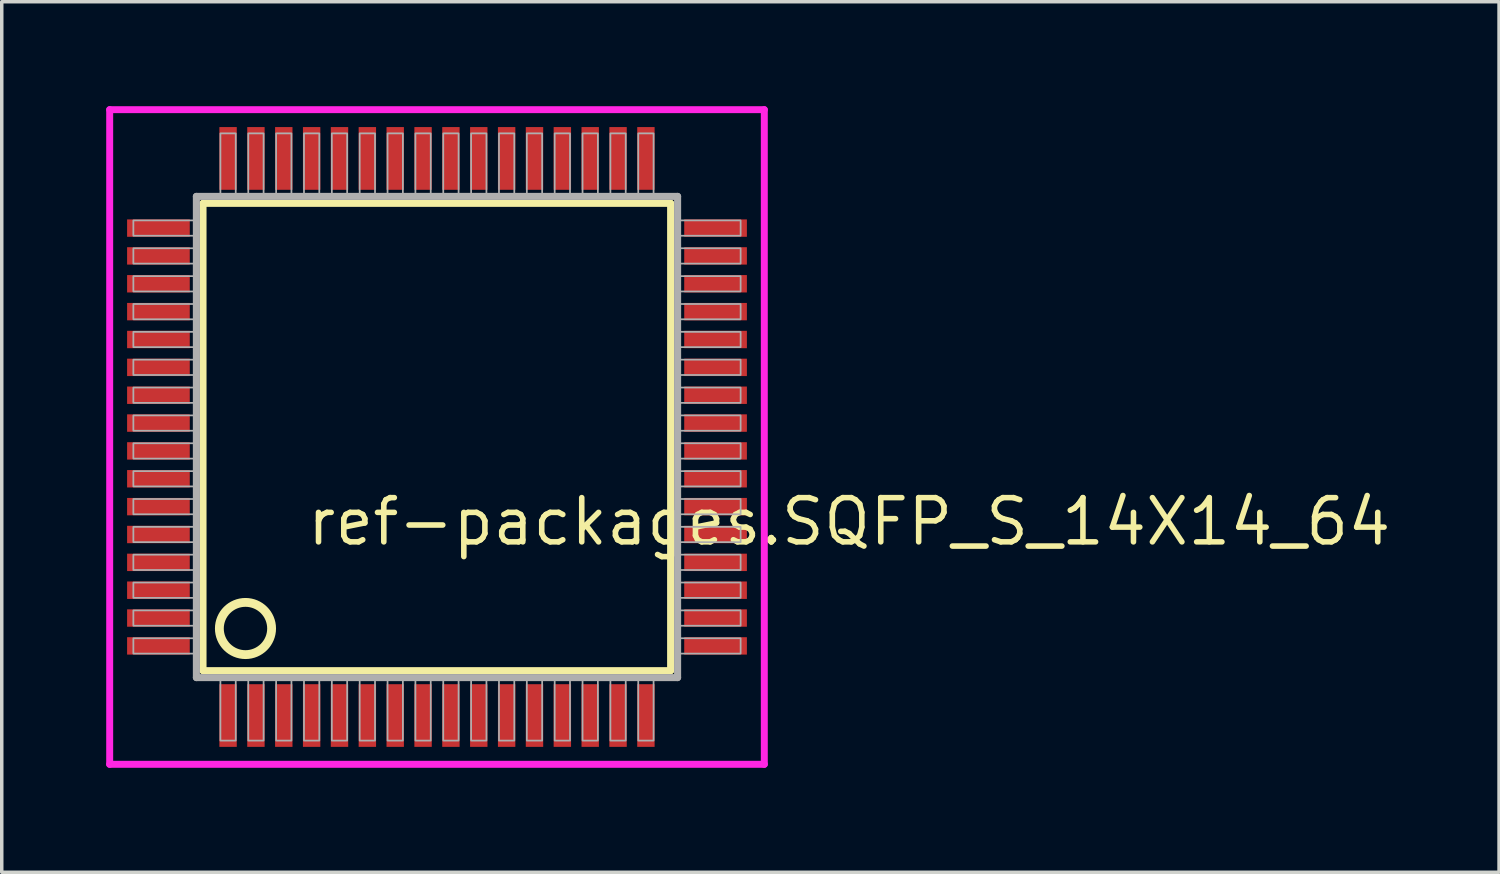
<source format=kicad_pcb>
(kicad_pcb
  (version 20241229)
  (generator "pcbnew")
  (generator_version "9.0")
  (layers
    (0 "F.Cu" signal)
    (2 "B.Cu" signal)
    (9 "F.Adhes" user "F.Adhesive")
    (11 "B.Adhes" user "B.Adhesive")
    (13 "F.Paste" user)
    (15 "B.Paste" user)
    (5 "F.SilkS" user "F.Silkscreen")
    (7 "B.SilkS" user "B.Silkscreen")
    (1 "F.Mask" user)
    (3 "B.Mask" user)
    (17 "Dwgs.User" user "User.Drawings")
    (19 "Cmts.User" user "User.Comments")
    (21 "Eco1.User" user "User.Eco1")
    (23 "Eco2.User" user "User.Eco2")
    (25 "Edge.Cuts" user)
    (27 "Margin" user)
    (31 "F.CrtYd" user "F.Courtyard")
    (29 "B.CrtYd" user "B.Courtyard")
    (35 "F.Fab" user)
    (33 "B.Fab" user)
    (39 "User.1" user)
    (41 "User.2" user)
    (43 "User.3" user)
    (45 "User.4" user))
  (footprint "ref-packages.SQFP_S_14X14_64"
    (layer "F.Cu")
    (at 9.5 9.5)
    (property "Reference" "ref-packages.SQFP_S_14X14_64" (at -3.81 3.175 0) (layer "F.SilkS") (effects (font (size 1.27 1.27) (thickness 0.16)) (justify left bottom)))
    (attr smd)
    (fp_line (start -6.72 -6.71) (end 6.71 -6.71) (stroke (width 0.203) (type default)) (layer "F.SilkS"))
    (fp_line (start -6.72 6.71) (end -6.72 -6.71) (stroke (width 0.203) (type default)) (layer "F.SilkS"))
    (fp_line (start 6.71 -6.71) (end 6.71 6.71) (stroke (width 0.203) (type default)) (layer "F.SilkS"))
    (fp_line (start 6.71 6.71) (end -6.72 6.71) (stroke (width 0.203) (type default)) (layer "F.SilkS"))
    (fp_circle (center -5.5 5.5) (end -4.75 5.5) (stroke (width 0.254) (type default)) (fill no) (layer "F.SilkS"))
    (fp_line (start -9.4 -9.4) (end 9.4 -9.4) (stroke (width 0.2) (type default)) (layer "F.CrtYd"))
    (fp_line (start -9.4 9.4) (end -9.4 -9.4) (stroke (width 0.2) (type default)) (layer "F.CrtYd"))
    (fp_line (start 9.4 -9.4) (end 9.4 9.4) (stroke (width 0.2) (type default)) (layer "F.CrtYd"))
    (fp_line (start 9.4 9.4) (end -9.4 9.4) (stroke (width 0.2) (type default)) (layer "F.CrtYd"))
    (fp_line (start -6.91 -6.91) (end -6.91 6.91) (stroke (width 0.203) (type default)) (layer "F.Fab"))
    (fp_line (start -6.91 6.91) (end 6.91 6.91) (stroke (width 0.203) (type default)) (layer "F.Fab"))
    (fp_line (start 6.91 -6.91) (end -6.91 -6.91) (stroke (width 0.203) (type default)) (layer "F.Fab"))
    (fp_line (start 6.91 6.91) (end 6.91 -6.91) (stroke (width 0.203) (type default)) (layer "F.Fab"))
    (fp_rect (start -8.72 -5.78) (end -6.95 -6.22) (stroke (width 0.05) (type default)) (fill no) (layer "F.Fab"))
    (fp_rect (start -8.72 -4.98) (end -6.95 -5.42) (stroke (width 0.05) (type default)) (fill no) (layer "F.Fab"))
    (fp_rect (start -8.72 -4.18) (end -6.95 -4.62) (stroke (width 0.05) (type default)) (fill no) (layer "F.Fab"))
    (fp_rect (start -8.72 -3.38) (end -6.95 -3.82) (stroke (width 0.05) (type default)) (fill no) (layer "F.Fab"))
    (fp_rect (start -8.72 -2.58) (end -6.95 -3.02) (stroke (width 0.05) (type default)) (fill no) (layer "F.Fab"))
    (fp_rect (start -8.72 -1.78) (end -6.95 -2.22) (stroke (width 0.05) (type default)) (fill no) (layer "F.Fab"))
    (fp_rect (start -8.72 -0.98) (end -6.95 -1.42) (stroke (width 0.05) (type default)) (fill no) (layer "F.Fab"))
    (fp_rect (start -8.72 -0.18) (end -6.95 -0.62) (stroke (width 0.05) (type default)) (fill no) (layer "F.Fab"))
    (fp_rect (start -8.72 0.62) (end -6.95 0.18) (stroke (width 0.05) (type default)) (fill no) (layer "F.Fab"))
    (fp_rect (start -8.72 1.42) (end -6.95 0.98) (stroke (width 0.05) (type default)) (fill no) (layer "F.Fab"))
    (fp_rect (start -8.72 2.22) (end -6.95 1.78) (stroke (width 0.05) (type default)) (fill no) (layer "F.Fab"))
    (fp_rect (start -8.72 3.02) (end -6.95 2.58) (stroke (width 0.05) (type default)) (fill no) (layer "F.Fab"))
    (fp_rect (start -8.72 3.82) (end -6.95 3.38) (stroke (width 0.05) (type default)) (fill no) (layer "F.Fab"))
    (fp_rect (start -8.72 4.62) (end -6.95 4.18) (stroke (width 0.05) (type default)) (fill no) (layer "F.Fab"))
    (fp_rect (start -8.72 5.42) (end -6.95 4.98) (stroke (width 0.05) (type default)) (fill no) (layer "F.Fab"))
    (fp_rect (start -8.72 6.22) (end -6.95 5.78) (stroke (width 0.05) (type default)) (fill no) (layer "F.Fab"))
    (fp_rect (start -6.22 -6.95) (end -5.78 -8.72) (stroke (width 0.05) (type default)) (fill no) (layer "F.Fab"))
    (fp_rect (start -6.22 8.72) (end -5.78 6.95) (stroke (width 0.05) (type default)) (fill no) (layer "F.Fab"))
    (fp_rect (start -5.42 -6.95) (end -4.98 -8.72) (stroke (width 0.05) (type default)) (fill no) (layer "F.Fab"))
    (fp_rect (start -5.42 8.72) (end -4.98 6.95) (stroke (width 0.05) (type default)) (fill no) (layer "F.Fab"))
    (fp_rect (start -4.62 -6.95) (end -4.18 -8.72) (stroke (width 0.05) (type default)) (fill no) (layer "F.Fab"))
    (fp_rect (start -4.62 8.72) (end -4.18 6.95) (stroke (width 0.05) (type default)) (fill no) (layer "F.Fab"))
    (fp_rect (start -3.82 -6.95) (end -3.38 -8.72) (stroke (width 0.05) (type default)) (fill no) (layer "F.Fab"))
    (fp_rect (start -3.82 8.72) (end -3.38 6.95) (stroke (width 0.05) (type default)) (fill no) (layer "F.Fab"))
    (fp_rect (start -3.02 -6.95) (end -2.58 -8.72) (stroke (width 0.05) (type default)) (fill no) (layer "F.Fab"))
    (fp_rect (start -3.02 8.72) (end -2.58 6.95) (stroke (width 0.05) (type default)) (fill no) (layer "F.Fab"))
    (fp_rect (start -2.22 -6.95) (end -1.78 -8.72) (stroke (width 0.05) (type default)) (fill no) (layer "F.Fab"))
    (fp_rect (start -2.22 8.72) (end -1.78 6.95) (stroke (width 0.05) (type default)) (fill no) (layer "F.Fab"))
    (fp_rect (start -1.42 -6.95) (end -0.98 -8.72) (stroke (width 0.05) (type default)) (fill no) (layer "F.Fab"))
    (fp_rect (start -1.42 8.72) (end -0.98 6.95) (stroke (width 0.05) (type default)) (fill no) (layer "F.Fab"))
    (fp_rect (start -0.62 -6.95) (end -0.18 -8.72) (stroke (width 0.05) (type default)) (fill no) (layer "F.Fab"))
    (fp_rect (start -0.62 8.72) (end -0.18 6.95) (stroke (width 0.05) (type default)) (fill no) (layer "F.Fab"))
    (fp_rect (start 0.18 -6.95) (end 0.62 -8.72) (stroke (width 0.05) (type default)) (fill no) (layer "F.Fab"))
    (fp_rect (start 0.18 8.72) (end 0.62 6.95) (stroke (width 0.05) (type default)) (fill no) (layer "F.Fab"))
    (fp_rect (start 0.98 -6.95) (end 1.42 -8.72) (stroke (width 0.05) (type default)) (fill no) (layer "F.Fab"))
    (fp_rect (start 0.98 8.72) (end 1.42 6.95) (stroke (width 0.05) (type default)) (fill no) (layer "F.Fab"))
    (fp_rect (start 1.78 -6.95) (end 2.22 -8.72) (stroke (width 0.05) (type default)) (fill no) (layer "F.Fab"))
    (fp_rect (start 1.78 8.72) (end 2.22 6.95) (stroke (width 0.05) (type default)) (fill no) (layer "F.Fab"))
    (fp_rect (start 2.58 -6.95) (end 3.02 -8.72) (stroke (width 0.05) (type default)) (fill no) (layer "F.Fab"))
    (fp_rect (start 2.58 8.72) (end 3.02 6.95) (stroke (width 0.05) (type default)) (fill no) (layer "F.Fab"))
    (fp_rect (start 3.38 -6.95) (end 3.82 -8.72) (stroke (width 0.05) (type default)) (fill no) (layer "F.Fab"))
    (fp_rect (start 3.38 8.72) (end 3.82 6.95) (stroke (width 0.05) (type default)) (fill no) (layer "F.Fab"))
    (fp_rect (start 4.18 -6.95) (end 4.62 -8.72) (stroke (width 0.05) (type default)) (fill no) (layer "F.Fab"))
    (fp_rect (start 4.18 8.72) (end 4.62 6.95) (stroke (width 0.05) (type default)) (fill no) (layer "F.Fab"))
    (fp_rect (start 4.98 -6.95) (end 5.42 -8.72) (stroke (width 0.05) (type default)) (fill no) (layer "F.Fab"))
    (fp_rect (start 4.98 8.72) (end 5.42 6.95) (stroke (width 0.05) (type default)) (fill no) (layer "F.Fab"))
    (fp_rect (start 5.78 -6.95) (end 6.22 -8.72) (stroke (width 0.05) (type default)) (fill no) (layer "F.Fab"))
    (fp_rect (start 5.78 8.72) (end 6.22 6.95) (stroke (width 0.05) (type default)) (fill no) (layer "F.Fab"))
    (fp_rect (start 6.95 -5.78) (end 8.72 -6.22) (stroke (width 0.05) (type default)) (fill no) (layer "F.Fab"))
    (fp_rect (start 6.95 -4.98) (end 8.72 -5.42) (stroke (width 0.05) (type default)) (fill no) (layer "F.Fab"))
    (fp_rect (start 6.95 -4.18) (end 8.72 -4.62) (stroke (width 0.05) (type default)) (fill no) (layer "F.Fab"))
    (fp_rect (start 6.95 -3.38) (end 8.72 -3.82) (stroke (width 0.05) (type default)) (fill no) (layer "F.Fab"))
    (fp_rect (start 6.95 -2.58) (end 8.72 -3.02) (stroke (width 0.05) (type default)) (fill no) (layer "F.Fab"))
    (fp_rect (start 6.95 -1.78) (end 8.72 -2.22) (stroke (width 0.05) (type default)) (fill no) (layer "F.Fab"))
    (fp_rect (start 6.95 -0.98) (end 8.72 -1.42) (stroke (width 0.05) (type default)) (fill no) (layer "F.Fab"))
    (fp_rect (start 6.95 -0.18) (end 8.72 -0.62) (stroke (width 0.05) (type default)) (fill no) (layer "F.Fab"))
    (fp_rect (start 6.95 0.62) (end 8.72 0.18) (stroke (width 0.05) (type default)) (fill no) (layer "F.Fab"))
    (fp_rect (start 6.95 1.42) (end 8.72 0.98) (stroke (width 0.05) (type default)) (fill no) (layer "F.Fab"))
    (fp_rect (start 6.95 2.22) (end 8.72 1.78) (stroke (width 0.05) (type default)) (fill no) (layer "F.Fab"))
    (fp_rect (start 6.95 3.02) (end 8.72 2.58) (stroke (width 0.05) (type default)) (fill no) (layer "F.Fab"))
    (fp_rect (start 6.95 3.82) (end 8.72 3.38) (stroke (width 0.05) (type default)) (fill no) (layer "F.Fab"))
    (fp_rect (start 6.95 4.62) (end 8.72 4.18) (stroke (width 0.05) (type default)) (fill no) (layer "F.Fab"))
    (fp_rect (start 6.95 5.42) (end 8.72 4.98) (stroke (width 0.05) (type default)) (fill no) (layer "F.Fab"))
    (fp_rect (start 6.95 6.22) (end 8.72 5.78) (stroke (width 0.05) (type default)) (fill no) (layer "F.Fab"))
    (pad "1" smd roundrect (at -6 8) (size 0.5 1.8) (layers "F.Cu" "F.Mask" "F.Paste") (roundrect_rratio 0.01))
    (pad "2" smd roundrect (at -5.2 8) (size 0.5 1.8) (layers "F.Cu" "F.Mask" "F.Paste") (roundrect_rratio 0.01))
    (pad "3" smd roundrect (at -4.4 8) (size 0.5 1.8) (layers "F.Cu" "F.Mask" "F.Paste") (roundrect_rratio 0.01))
    (pad "4" smd roundrect (at -3.6 8) (size 0.5 1.8) (layers "F.Cu" "F.Mask" "F.Paste") (roundrect_rratio 0.01))
    (pad "5" smd roundrect (at -2.8 8) (size 0.5 1.8) (layers "F.Cu" "F.Mask" "F.Paste") (roundrect_rratio 0.01))
    (pad "6" smd roundrect (at -2 8) (size 0.5 1.8) (layers "F.Cu" "F.Mask" "F.Paste") (roundrect_rratio 0.01))
    (pad "7" smd roundrect (at -1.2 8) (size 0.5 1.8) (layers "F.Cu" "F.Mask" "F.Paste") (roundrect_rratio 0.01))
    (pad "8" smd roundrect (at -0.4 8) (size 0.5 1.8) (layers "F.Cu" "F.Mask" "F.Paste") (roundrect_rratio 0.01))
    (pad "9" smd roundrect (at 0.4 8) (size 0.5 1.8) (layers "F.Cu" "F.Mask" "F.Paste") (roundrect_rratio 0.01))
    (pad "10" smd roundrect (at 1.2 8) (size 0.5 1.8) (layers "F.Cu" "F.Mask" "F.Paste") (roundrect_rratio 0.01))
    (pad "11" smd roundrect (at 2 8) (size 0.5 1.8) (layers "F.Cu" "F.Mask" "F.Paste") (roundrect_rratio 0.01))
    (pad "12" smd roundrect (at 2.8 8) (size 0.5 1.8) (layers "F.Cu" "F.Mask" "F.Paste") (roundrect_rratio 0.01))
    (pad "13" smd roundrect (at 3.6 8) (size 0.5 1.8) (layers "F.Cu" "F.Mask" "F.Paste") (roundrect_rratio 0.01))
    (pad "14" smd roundrect (at 4.4 8) (size 0.5 1.8) (layers "F.Cu" "F.Mask" "F.Paste") (roundrect_rratio 0.01))
    (pad "15" smd roundrect (at 5.2 8) (size 0.5 1.8) (layers "F.Cu" "F.Mask" "F.Paste") (roundrect_rratio 0.01))
    (pad "16" smd roundrect (at 6 8) (size 0.5 1.8) (layers "F.Cu" "F.Mask" "F.Paste") (roundrect_rratio 0.01))
    (pad "17" smd roundrect (at 8 6) (size 1.8 0.5) (layers "F.Cu" "F.Mask" "F.Paste") (roundrect_rratio 0.01))
    (pad "18" smd roundrect (at 8 5.2) (size 1.8 0.5) (layers "F.Cu" "F.Mask" "F.Paste") (roundrect_rratio 0.01))
    (pad "19" smd roundrect (at 8 4.4) (size 1.8 0.5) (layers "F.Cu" "F.Mask" "F.Paste") (roundrect_rratio 0.01))
    (pad "20" smd roundrect (at 8 3.6) (size 1.8 0.5) (layers "F.Cu" "F.Mask" "F.Paste") (roundrect_rratio 0.01))
    (pad "21" smd roundrect (at 8 2.8) (size 1.8 0.5) (layers "F.Cu" "F.Mask" "F.Paste") (roundrect_rratio 0.01))
    (pad "22" smd roundrect (at 8 2) (size 1.8 0.5) (layers "F.Cu" "F.Mask" "F.Paste") (roundrect_rratio 0.01))
    (pad "23" smd roundrect (at 8 1.2) (size 1.8 0.5) (layers "F.Cu" "F.Mask" "F.Paste") (roundrect_rratio 0.01))
    (pad "24" smd roundrect (at 8 0.4) (size 1.8 0.5) (layers "F.Cu" "F.Mask" "F.Paste") (roundrect_rratio 0.01))
    (pad "25" smd roundrect (at 8 -0.4) (size 1.8 0.5) (layers "F.Cu" "F.Mask" "F.Paste") (roundrect_rratio 0.01))
    (pad "26" smd roundrect (at 8 -1.2) (size 1.8 0.5) (layers "F.Cu" "F.Mask" "F.Paste") (roundrect_rratio 0.01))
    (pad "27" smd roundrect (at 8 -2) (size 1.8 0.5) (layers "F.Cu" "F.Mask" "F.Paste") (roundrect_rratio 0.01))
    (pad "28" smd roundrect (at 8 -2.8) (size 1.8 0.5) (layers "F.Cu" "F.Mask" "F.Paste") (roundrect_rratio 0.01))
    (pad "29" smd roundrect (at 8 -3.6) (size 1.8 0.5) (layers "F.Cu" "F.Mask" "F.Paste") (roundrect_rratio 0.01))
    (pad "30" smd roundrect (at 8 -4.4) (size 1.8 0.5) (layers "F.Cu" "F.Mask" "F.Paste") (roundrect_rratio 0.01))
    (pad "31" smd roundrect (at 8 -5.2) (size 1.8 0.5) (layers "F.Cu" "F.Mask" "F.Paste") (roundrect_rratio 0.01))
    (pad "32" smd roundrect (at 8 -6) (size 1.8 0.5) (layers "F.Cu" "F.Mask" "F.Paste") (roundrect_rratio 0.01))
    (pad "33" smd roundrect (at 6 -8) (size 0.5 1.8) (layers "F.Cu" "F.Mask" "F.Paste") (roundrect_rratio 0.01))
    (pad "34" smd roundrect (at 5.2 -8) (size 0.5 1.8) (layers "F.Cu" "F.Mask" "F.Paste") (roundrect_rratio 0.01))
    (pad "35" smd roundrect (at 4.4 -8) (size 0.5 1.8) (layers "F.Cu" "F.Mask" "F.Paste") (roundrect_rratio 0.01))
    (pad "36" smd roundrect (at 3.6 -8) (size 0.5 1.8) (layers "F.Cu" "F.Mask" "F.Paste") (roundrect_rratio 0.01))
    (pad "37" smd roundrect (at 2.8 -8) (size 0.5 1.8) (layers "F.Cu" "F.Mask" "F.Paste") (roundrect_rratio 0.01))
    (pad "38" smd roundrect (at 2 -8) (size 0.5 1.8) (layers "F.Cu" "F.Mask" "F.Paste") (roundrect_rratio 0.01))
    (pad "39" smd roundrect (at 1.2 -8) (size 0.5 1.8) (layers "F.Cu" "F.Mask" "F.Paste") (roundrect_rratio 0.01))
    (pad "40" smd roundrect (at 0.4 -8) (size 0.5 1.8) (layers "F.Cu" "F.Mask" "F.Paste") (roundrect_rratio 0.01))
    (pad "41" smd roundrect (at -0.4 -8) (size 0.5 1.8) (layers "F.Cu" "F.Mask" "F.Paste") (roundrect_rratio 0.01))
    (pad "42" smd roundrect (at -1.2 -8) (size 0.5 1.8) (layers "F.Cu" "F.Mask" "F.Paste") (roundrect_rratio 0.01))
    (pad "43" smd roundrect (at -2 -8) (size 0.5 1.8) (layers "F.Cu" "F.Mask" "F.Paste") (roundrect_rratio 0.01))
    (pad "44" smd roundrect (at -2.8 -8) (size 0.5 1.8) (layers "F.Cu" "F.Mask" "F.Paste") (roundrect_rratio 0.01))
    (pad "45" smd roundrect (at -3.6 -8) (size 0.5 1.8) (layers "F.Cu" "F.Mask" "F.Paste") (roundrect_rratio 0.01))
    (pad "46" smd roundrect (at -4.4 -8) (size 0.5 1.8) (layers "F.Cu" "F.Mask" "F.Paste") (roundrect_rratio 0.01))
    (pad "47" smd roundrect (at -5.2 -8) (size 0.5 1.8) (layers "F.Cu" "F.Mask" "F.Paste") (roundrect_rratio 0.01))
    (pad "48" smd roundrect (at -6 -8) (size 0.5 1.8) (layers "F.Cu" "F.Mask" "F.Paste") (roundrect_rratio 0.01))
    (pad "49" smd roundrect (at -8 -6) (size 1.8 0.5) (layers "F.Cu" "F.Mask" "F.Paste") (roundrect_rratio 0.01))
    (pad "50" smd roundrect (at -8 -5.2) (size 1.8 0.5) (layers "F.Cu" "F.Mask" "F.Paste") (roundrect_rratio 0.01))
    (pad "51" smd roundrect (at -8 -4.4) (size 1.8 0.5) (layers "F.Cu" "F.Mask" "F.Paste") (roundrect_rratio 0.01))
    (pad "52" smd roundrect (at -8 -3.6) (size 1.8 0.5) (layers "F.Cu" "F.Mask" "F.Paste") (roundrect_rratio 0.01))
    (pad "53" smd roundrect (at -8 -2.8) (size 1.8 0.5) (layers "F.Cu" "F.Mask" "F.Paste") (roundrect_rratio 0.01))
    (pad "54" smd roundrect (at -8 -2) (size 1.8 0.5) (layers "F.Cu" "F.Mask" "F.Paste") (roundrect_rratio 0.01))
    (pad "55" smd roundrect (at -8 -1.2) (size 1.8 0.5) (layers "F.Cu" "F.Mask" "F.Paste") (roundrect_rratio 0.01))
    (pad "56" smd roundrect (at -8 -0.4) (size 1.8 0.5) (layers "F.Cu" "F.Mask" "F.Paste") (roundrect_rratio 0.01))
    (pad "57" smd roundrect (at -8 0.4) (size 1.8 0.5) (layers "F.Cu" "F.Mask" "F.Paste") (roundrect_rratio 0.01))
    (pad "58" smd roundrect (at -8 1.2) (size 1.8 0.5) (layers "F.Cu" "F.Mask" "F.Paste") (roundrect_rratio 0.01))
    (pad "59" smd roundrect (at -8 2) (size 1.8 0.5) (layers "F.Cu" "F.Mask" "F.Paste") (roundrect_rratio 0.01))
    (pad "60" smd roundrect (at -8 2.8) (size 1.8 0.5) (layers "F.Cu" "F.Mask" "F.Paste") (roundrect_rratio 0.01))
    (pad "61" smd roundrect (at -8 3.6) (size 1.8 0.5) (layers "F.Cu" "F.Mask" "F.Paste") (roundrect_rratio 0.01))
    (pad "62" smd roundrect (at -8 4.4) (size 1.8 0.5) (layers "F.Cu" "F.Mask" "F.Paste") (roundrect_rratio 0.01))
    (pad "63" smd roundrect (at -8 5.2) (size 1.8 0.5) (layers "F.Cu" "F.Mask" "F.Paste") (roundrect_rratio 0.01))
    (pad "64" smd roundrect (at -8 6) (size 1.8 0.5) (layers "F.Cu" "F.Mask" "F.Paste") (roundrect_rratio 0.01)))
  (gr_rect
    (start -3 -3)
    (end 40.001 22)
    (stroke (width 0.1) (type default))
    (fill no)
    (layer "Edge.Cuts")))
</source>
